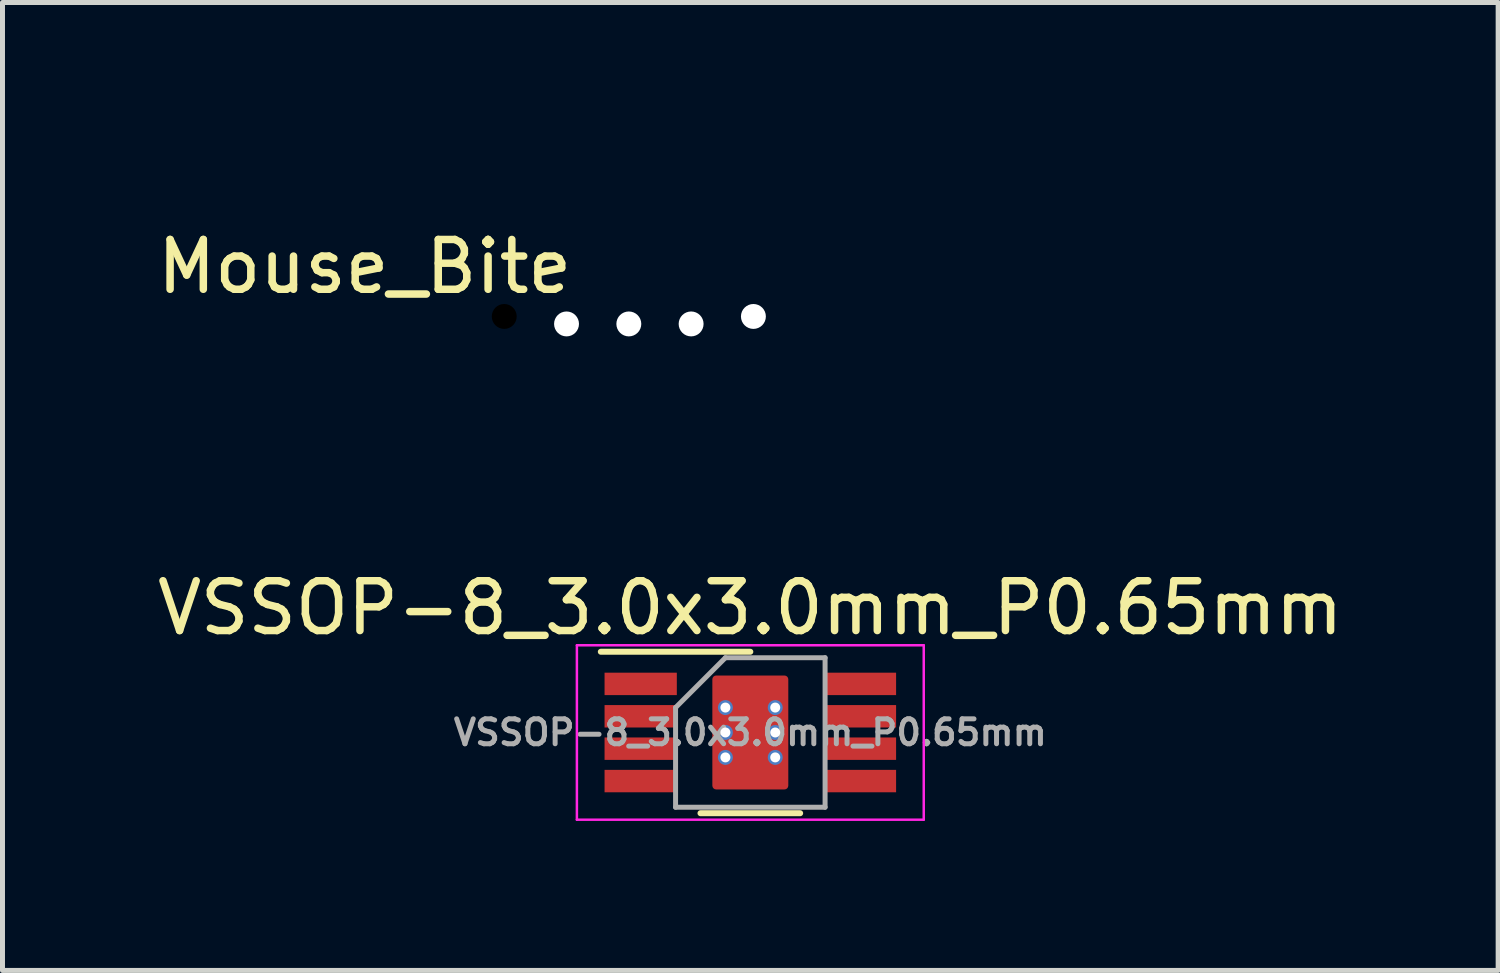
<source format=kicad_pcb>
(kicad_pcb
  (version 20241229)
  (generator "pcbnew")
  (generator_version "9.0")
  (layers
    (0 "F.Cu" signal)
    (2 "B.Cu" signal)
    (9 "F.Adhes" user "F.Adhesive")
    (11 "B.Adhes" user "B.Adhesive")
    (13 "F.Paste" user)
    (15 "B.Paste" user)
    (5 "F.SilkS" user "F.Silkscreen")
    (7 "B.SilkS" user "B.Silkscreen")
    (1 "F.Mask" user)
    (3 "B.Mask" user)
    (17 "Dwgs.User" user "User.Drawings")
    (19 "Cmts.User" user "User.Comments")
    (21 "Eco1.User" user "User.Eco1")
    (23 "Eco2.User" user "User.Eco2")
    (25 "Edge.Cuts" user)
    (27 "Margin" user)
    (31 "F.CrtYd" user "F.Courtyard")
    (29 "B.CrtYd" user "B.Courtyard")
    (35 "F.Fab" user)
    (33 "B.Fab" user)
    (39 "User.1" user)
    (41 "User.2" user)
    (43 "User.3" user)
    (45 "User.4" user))
  (footprint "VSSOP-8_3.0x3.0mm_P0.65mm"
    (layer "F.Cu")
    (at 12.006 11.648)
    (property "Reference" "VSSOP-8_3.0x3.0mm_P0.65mm" (at 0 -2.5 0) (layer "F.SilkS") (effects (font (size 1 1) (thickness 0.15))))
    (attr smd)
    (fp_line (start 0 -1.62) (end -3 -1.62) (stroke (width 0.12) (type solid)) (layer "F.SilkS"))
    (fp_line (start 1 1.62) (end -1 1.62) (stroke (width 0.12) (type solid)) (layer "F.SilkS"))
    (fp_line (start -3.48 -1.75) (end 3.48 -1.75) (stroke (width 0.05) (type solid)) (layer "F.CrtYd"))
    (fp_line (start -3.48 1.75) (end -3.48 -1.75) (stroke (width 0.05) (type solid)) (layer "F.CrtYd"))
    (fp_line (start 3.48 -1.75) (end 3.48 1.75) (stroke (width 0.05) (type solid)) (layer "F.CrtYd"))
    (fp_line (start 3.48 1.75) (end -3.48 1.75) (stroke (width 0.05) (type solid)) (layer "F.CrtYd"))
    (fp_line (start -1.5 1.5) (end -1.5 -0.5) (stroke (width 0.1) (type solid)) (layer "F.Fab"))
    (fp_line (start -0.5 -1.5) (end -1.5 -0.5) (stroke (width 0.1) (type solid)) (layer "F.Fab"))
    (fp_line (start -0.5 -1.5) (end 1.5 -1.5) (stroke (width 0.1) (type solid)) (layer "F.Fab"))
    (fp_line (start 1.5 -1.5) (end 1.5 1.5) (stroke (width 0.1) (type solid)) (layer "F.Fab"))
    (fp_line (start 1.5 1.5) (end -1.5 1.5) (stroke (width 0.1) (type solid)) (layer "F.Fab"))
    (fp_text user "${REFERENCE}" (at 0 0 0) (layer "F.Fab") (effects (font (size 0.5 0.5) (thickness 0.1))))
    (pad "1" smd rect (at -2.2 -0.975 270) (size 0.45 1.45) (layers "F.Cu" "F.Mask" "F.Paste"))
    (pad "2" smd rect (at -2.2 -0.325 270) (size 0.45 1.45) (layers "F.Cu" "F.Mask" "F.Paste"))
    (pad "3" smd rect (at -2.2 0.325 270) (size 0.45 1.45) (layers "F.Cu" "F.Mask" "F.Paste"))
    (pad "4" smd rect (at -2.2 0.975 270) (size 0.45 1.45) (layers "F.Cu" "F.Mask" "F.Paste"))
    (pad "5" smd rect (at 2.2 0.975 270) (size 0.45 1.45) (layers "F.Cu" "F.Mask" "F.Paste"))
    (pad "6" smd rect (at 2.2 0.325 270) (size 0.45 1.45) (layers "F.Cu" "F.Mask" "F.Paste"))
    (pad "7" smd rect (at 2.2 -0.325 270) (size 0.45 1.45) (layers "F.Cu" "F.Mask" "F.Paste"))
    (pad "8" thru_hole circle (at -0.5 -0.5 90) (size 0.3 0.3) (drill 0.2) (layers "*.Cu" "*.Mask"))
    (pad "8" thru_hole circle (at -0.5 0 90) (size 0.3 0.3) (drill 0.2) (layers "*.Cu" "*.Mask"))
    (pad "8" thru_hole circle (at -0.5 0.5 90) (size 0.3 0.3) (drill 0.2) (layers "*.Cu" "*.Mask"))
    (pad "8" smd roundrect (at 0 0 90) (size 2.286 1.524) (layers "F.Cu" "F.Mask" "F.Paste") (roundrect_rratio 0.05))
    (pad "8" thru_hole circle (at 0.5 -0.5 90) (size 0.3 0.3) (drill 0.2) (layers "*.Cu" "*.Mask"))
    (pad "8" thru_hole circle (at 0.5 0 90) (size 0.3 0.3) (drill 0.2) (layers "*.Cu" "*.Mask"))
    (pad "8" thru_hole circle (at 0.5 0.5 90) (size 0.3 0.3) (drill 0.2) (layers "*.Cu" "*.Mask"))
    (pad "8" smd rect (at 2.2 -0.975 270) (size 0.45 1.45) (layers "F.Cu" "F.Mask" "F.Paste")))
  (footprint "Mouse_Bite"
    (layer "F.Cu")
    (at 4.268 2.8)
    (property "Reference" "Mouse_Bite" (at 0 -0.5 0) (unlocked yes) (layer "F.SilkS") (effects (font (size 1 1) (thickness 0.15))))
    (attr board_only exclude_from_bom)
    (fp_line (start 1.2 0) (end 0 0) (stroke (width 0.8) (type default)) (layer "F.Mask"))
    (fp_line (start 1.994 -2.4) (end 0.244 -2.4) (stroke (width 0.8) (type default)) (layer "F.Mask"))
    (fp_line (start 2.8 0.65) (end 7.8 0.65) (stroke (width 1.25) (type default)) (layer "F.Mask"))
    (fp_line (start 3.194 -1.2) (end 3.194 -0.9) (stroke (width 0.8) (type default)) (layer "F.Mask"))
    (fp_line (start 7.406 -1.2) (end 7.406 -0.9) (stroke (width 0.8) (type default)) (layer "F.Mask"))
    (fp_line (start 8.606 -2.4) (end 10.356 -2.4) (stroke (width 0.8) (type default)) (layer "F.Mask"))
    (fp_line (start 9.4 0) (end 10.6 0) (stroke (width 0.8) (type default)) (layer "F.Mask"))
    (fp_arc (start 1.99373 -2.4) (mid 2.842259 -2.048529) (end 3.19373 -1.2) (stroke (width 0.8) (type default)) (layer "F.Mask"))
    (fp_arc (start 3.19373 -0.9) (mid 2.487456 0.193733) (end 1.2 0) (stroke (width 0.8) (type default)) (layer "F.Mask"))
    (fp_arc (start 7.40627 -1.2) (mid 7.757742 -2.048528) (end 8.60627 -2.4) (stroke (width 0.8) (type default)) (layer "F.Mask"))
    (fp_arc (start 9.4 0) (mid 8.112546 0.193731) (end 7.40627 -0.9) (stroke (width 0.8) (type default)) (layer "F.Mask"))
    (pad "" np_thru_hole circle (at 2.8 0.5) (size 0.5 0.5) (drill 0.9) (layers "*.Mask"))
    (pad "" np_thru_hole circle (at 4.05 0.65) (size 0.5 0.5) (drill 0.9) (layers "*.Cu" "*.Mask"))
    (pad "" np_thru_hole circle (at 5.3 0.65) (size 0.5 0.5) (drill 0.9) (layers "*.Cu" "*.Mask"))
    (pad "" np_thru_hole circle (at 6.55 0.65) (size 0.5 0.5) (drill 0.9) (layers "*.Cu" "*.Mask"))
    (pad "" np_thru_hole circle (at 7.8 0.5) (size 0.5 0.5) (drill 0.9) (layers "*.Cu" "*.Mask"))
    (zone (net_name "") (layers "F.Cu" "F.Mask" "B.Cu" "B.Mask" "F.SilkS" "B.SilkS" "F.Adhes" "B.Adhes" "F.Paste" "B.Paste") (hatch full 0.1) (connect_pads) (min_thickness 0.254) (filled_areas_thickness no) (keepout (tracks not_allowed) (vias not_allowed) (pads not_allowed) (copperpour not_allowed) (footprints not_allowed)) (placement (enabled no)) (fill (island_removal_mode 2) (island_area_min 10)) (polygon (pts (xy 15.768 2.8) (xy 13.768 5.3) (xy 5.518 5.3) (xy 3.368 2.8)))))
  (gr_rect
    (start -3 -3)
    (end 27.012 16.423)
    (stroke (width 0.1) (type default))
    (fill no)
    (layer "Edge.Cuts")))
</source>
